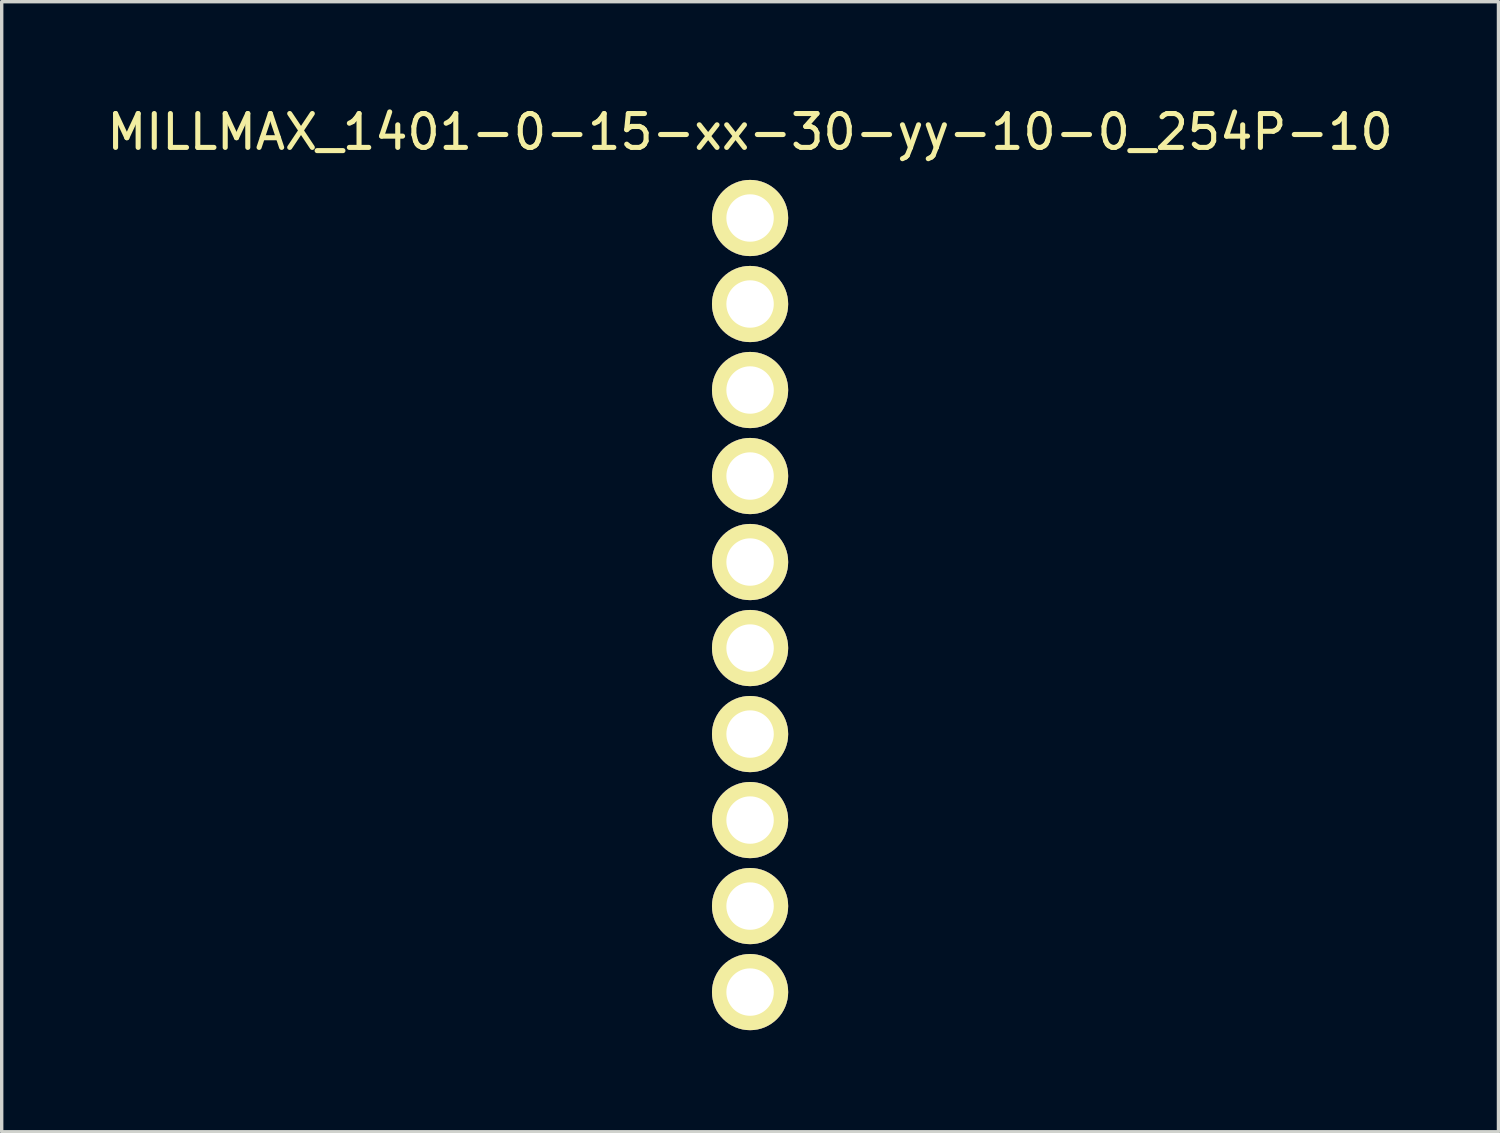
<source format=kicad_pcb>
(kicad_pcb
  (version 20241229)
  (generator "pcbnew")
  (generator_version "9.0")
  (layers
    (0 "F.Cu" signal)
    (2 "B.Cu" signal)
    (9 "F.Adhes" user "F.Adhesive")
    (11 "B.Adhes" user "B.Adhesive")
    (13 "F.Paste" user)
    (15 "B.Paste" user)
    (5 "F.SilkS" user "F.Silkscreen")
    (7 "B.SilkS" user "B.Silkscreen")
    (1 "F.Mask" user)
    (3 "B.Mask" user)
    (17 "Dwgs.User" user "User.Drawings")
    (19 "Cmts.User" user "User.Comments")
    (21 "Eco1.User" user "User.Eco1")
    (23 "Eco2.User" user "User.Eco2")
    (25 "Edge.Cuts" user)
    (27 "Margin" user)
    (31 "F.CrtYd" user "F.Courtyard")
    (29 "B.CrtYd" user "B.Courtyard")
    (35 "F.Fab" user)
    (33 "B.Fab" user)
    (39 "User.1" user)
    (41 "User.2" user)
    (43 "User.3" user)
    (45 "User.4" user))
  (footprint "MILLMAX_1401-0-15-xx-30-yy-10-0_254P-10"
    (layer "F.Cu")
    (at 19.101 14.818)
    (property "Reference" "MILLMAX_1401-0-15-xx-30-yy-10-0_254P-10" (at 0 -13.97 0) (layer "F.SilkS") (effects (font (size 1 1) (thickness 0.15))))
    (attr through_hole)
    (pad "1" thru_hole circle (at 0 -11.43) (size 2.25 2.25) (drill 1.4) (layers "*.Cu" "*.Mask" "F.SilkS"))
    (pad "2" thru_hole circle (at 0 -8.89) (size 2.25 2.25) (drill 1.4) (layers "*.Cu" "*.Mask" "F.SilkS"))
    (pad "3" thru_hole circle (at 0 -6.35) (size 2.25 2.25) (drill 1.4) (layers "*.Cu" "*.Mask" "F.SilkS"))
    (pad "4" thru_hole circle (at 0 -3.81) (size 2.25 2.25) (drill 1.4) (layers "*.Cu" "*.Mask" "F.SilkS"))
    (pad "5" thru_hole circle (at 0 -1.27) (size 2.25 2.25) (drill 1.4) (layers "*.Cu" "*.Mask" "F.SilkS"))
    (pad "6" thru_hole circle (at 0 1.27) (size 2.25 2.25) (drill 1.4) (layers "*.Cu" "*.Mask" "F.SilkS"))
    (pad "7" thru_hole circle (at 0 3.81) (size 2.25 2.25) (drill 1.4) (layers "*.Cu" "*.Mask" "F.SilkS"))
    (pad "8" thru_hole circle (at 0 6.35) (size 2.25 2.25) (drill 1.4) (layers "*.Cu" "*.Mask" "F.SilkS"))
    (pad "9" thru_hole circle (at 0 8.89) (size 2.25 2.25) (drill 1.4) (layers "*.Cu" "*.Mask" "F.SilkS"))
    (pad "10" thru_hole circle (at 0 11.43) (size 2.25 2.25) (drill 1.4) (layers "*.Cu" "*.Mask" "F.SilkS")))
  (gr_rect
    (start -3 -3)
    (end 41.202 30.373)
    (stroke (width 0.1) (type default))
    (fill no)
    (layer "Edge.Cuts")))
</source>
